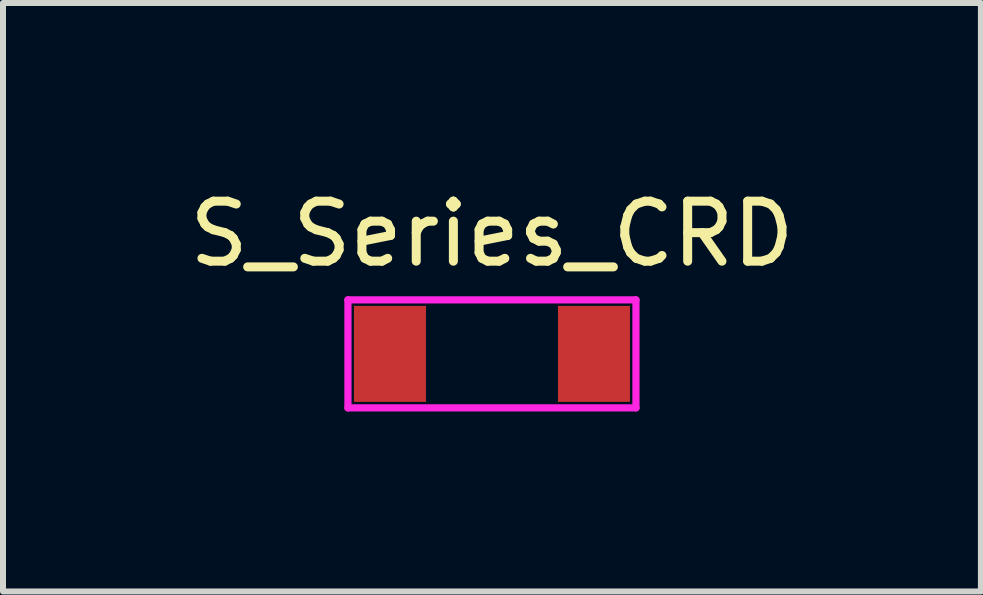
<source format=kicad_pcb>
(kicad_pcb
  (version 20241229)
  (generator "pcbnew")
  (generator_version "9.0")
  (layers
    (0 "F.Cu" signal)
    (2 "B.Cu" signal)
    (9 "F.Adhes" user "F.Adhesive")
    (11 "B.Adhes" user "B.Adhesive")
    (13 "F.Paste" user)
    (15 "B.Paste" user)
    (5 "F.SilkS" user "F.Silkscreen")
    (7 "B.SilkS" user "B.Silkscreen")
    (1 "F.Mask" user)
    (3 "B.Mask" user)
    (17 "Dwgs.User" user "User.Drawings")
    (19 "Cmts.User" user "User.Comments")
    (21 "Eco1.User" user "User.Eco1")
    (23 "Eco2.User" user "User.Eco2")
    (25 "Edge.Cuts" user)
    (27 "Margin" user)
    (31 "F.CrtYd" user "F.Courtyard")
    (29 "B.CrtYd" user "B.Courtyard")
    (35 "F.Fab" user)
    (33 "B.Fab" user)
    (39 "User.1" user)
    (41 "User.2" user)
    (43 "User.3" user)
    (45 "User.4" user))
  (footprint "S_Series_CRD"
    (layer "F.Cu")
    (at 5.149 2.848)
    (property "Reference" "S_Series_CRD" (at 0 -2 0) (layer "F.SilkS") (effects (font (size 1 1) (thickness 0.15))))
    (attr through_hole)
    (fp_line (start -2.4 -0.9) (end -2.4 0.9) (stroke (width 0.12) (type solid)) (layer "F.CrtYd"))
    (fp_line (start -2.4 0.9) (end 2.4 0.9) (stroke (width 0.12) (type solid)) (layer "F.CrtYd"))
    (fp_line (start 2.4 -0.9) (end -2.4 -0.9) (stroke (width 0.12) (type solid)) (layer "F.CrtYd"))
    (fp_line (start 2.4 0.9) (end 2.4 -0.9) (stroke (width 0.12) (type solid)) (layer "F.CrtYd"))
    (pad "1" smd rect (at -1.7 0 270) (size 1.6 1.2) (layers "F.Cu" "F.Mask" "F.Paste"))
    (pad "2" smd rect (at 1.7 0 270) (size 1.6 1.2) (layers "F.Cu" "F.Mask" "F.Paste")))
  (gr_rect
    (start -3 -3)
    (end 13.298 6.808)
    (stroke (width 0.1) (type default))
    (fill no)
    (layer "Edge.Cuts")))
</source>
